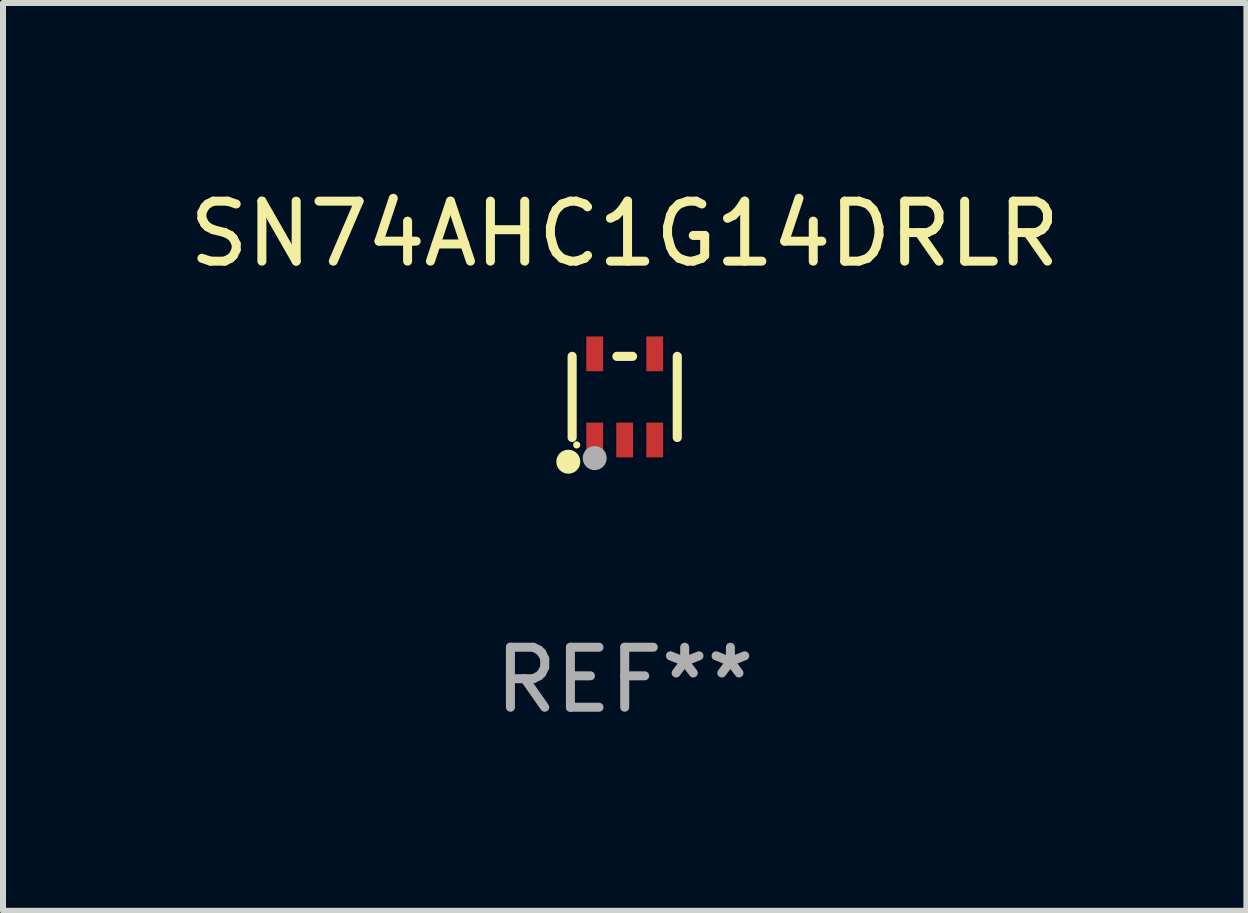
<source format=kicad_pcb>
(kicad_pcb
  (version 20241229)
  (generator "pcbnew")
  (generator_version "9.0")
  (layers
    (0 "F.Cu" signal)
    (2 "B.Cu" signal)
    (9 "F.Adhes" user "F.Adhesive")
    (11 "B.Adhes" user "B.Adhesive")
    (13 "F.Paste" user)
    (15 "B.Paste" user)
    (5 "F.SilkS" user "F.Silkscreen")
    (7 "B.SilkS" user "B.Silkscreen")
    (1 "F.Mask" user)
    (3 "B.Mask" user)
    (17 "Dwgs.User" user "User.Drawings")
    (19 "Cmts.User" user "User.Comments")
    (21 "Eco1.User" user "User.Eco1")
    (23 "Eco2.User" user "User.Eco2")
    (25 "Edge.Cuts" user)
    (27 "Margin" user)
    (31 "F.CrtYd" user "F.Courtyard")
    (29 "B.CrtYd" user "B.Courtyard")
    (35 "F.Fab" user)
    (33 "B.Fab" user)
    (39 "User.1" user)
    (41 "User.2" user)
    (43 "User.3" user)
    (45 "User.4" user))
  (footprint "SN74AHC1G14DRLR"
    (layer "F.Cu")
    (at 7.363 3.566)
    (property "Reference" "SN74AHC1G14DRLR" (at 0 -2.718 0) (layer "F.SilkS") (effects (font (size 1 1) (thickness 0.15))))
    (attr through_hole)
    (fp_line (start -0.876 0.676) (end -0.876 -0.676) (stroke (width 0.152) (type solid)) (layer "F.SilkS"))
    (fp_line (start 0.131 -0.676) (end -0.131 -0.676) (stroke (width 0.152) (type solid)) (layer "F.SilkS"))
    (fp_line (start 0.876 0.676) (end 0.876 -0.676) (stroke (width 0.152) (type solid)) (layer "F.SilkS"))
    (fp_circle (center -0.94 1.08) (end -0.84 1.08) (stroke (width 0.2) (type solid)) (fill no) (layer "F.SilkS"))
    (fp_circle (center -0.8 0.8) (end -0.77 0.8) (stroke (width 0.06) (type solid)) (fill no) (layer "F.SilkS"))
    (fp_circle (center -0.5 1.02) (end -0.4 1.02) (stroke (width 0.2) (type solid)) (fill no) (layer "F.Fab"))
    (fp_text user "REF**" (at 0 4.718 0) (layer "F.Fab") (effects (font (size 1 1) (thickness 0.15))))
    (pad "1" smd rect (at -0.5 0.718) (size 0.28 0.58) (layers "F.Cu" "F.Mask" "F.Paste"))
    (pad "2" smd rect (at -0.000102 0.718) (size 0.28 0.58) (layers "F.Cu" "F.Mask" "F.Paste"))
    (pad "3" smd rect (at 0.5 0.718) (size 0.28 0.58) (layers "F.Cu" "F.Mask" "F.Paste"))
    (pad "4" smd rect (at 0.5 -0.718) (size 0.28 0.58) (layers "F.Cu" "F.Mask" "F.Paste"))
    (pad "5" smd rect (at -0.5 -0.718) (size 0.28 0.58) (layers "F.Cu" "F.Mask" "F.Paste")))
  (gr_rect
    (start -3 -3)
    (end 17.726 12.132)
    (stroke (width 0.1) (type default))
    (fill no)
    (layer "Edge.Cuts")))
</source>
